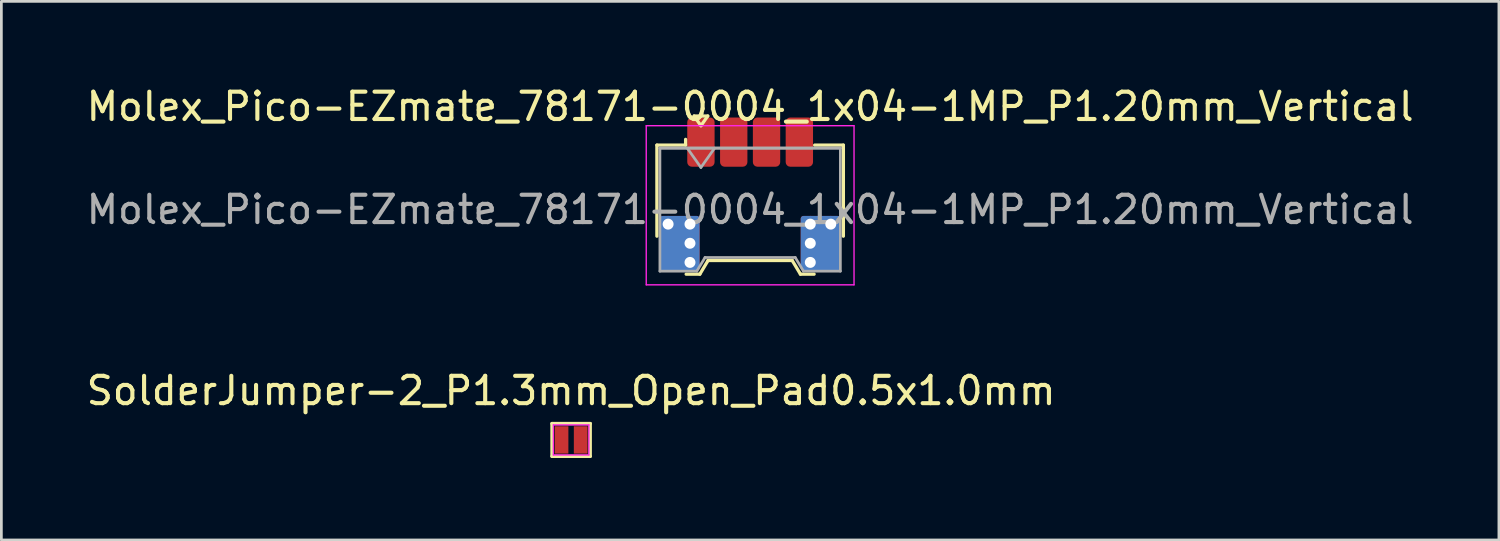
<source format=kicad_pcb>
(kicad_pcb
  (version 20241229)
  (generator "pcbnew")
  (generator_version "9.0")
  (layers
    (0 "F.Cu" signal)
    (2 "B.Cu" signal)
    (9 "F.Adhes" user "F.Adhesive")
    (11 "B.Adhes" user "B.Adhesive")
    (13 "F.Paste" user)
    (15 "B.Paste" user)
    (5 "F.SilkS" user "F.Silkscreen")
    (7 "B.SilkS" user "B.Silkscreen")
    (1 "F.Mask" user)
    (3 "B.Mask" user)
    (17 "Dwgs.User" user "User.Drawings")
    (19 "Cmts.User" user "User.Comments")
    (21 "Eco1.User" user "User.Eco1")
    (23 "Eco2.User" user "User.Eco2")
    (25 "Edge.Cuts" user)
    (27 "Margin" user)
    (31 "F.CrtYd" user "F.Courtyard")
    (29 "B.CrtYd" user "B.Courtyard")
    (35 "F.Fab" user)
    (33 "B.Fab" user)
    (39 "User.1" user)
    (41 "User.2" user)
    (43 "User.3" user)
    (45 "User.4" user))
  (footprint "Molex_Pico-EZmate_78171-0004_1x04-1MP_P1.20mm_Vertical"
    (layer "F.Cu")
    (at 24.387 4.348)
    (property "Reference" "Molex_Pico-EZmate_78171-0004_1x04-1MP_P1.20mm_Vertical" (at 0 -3.5 0) (layer "F.SilkS") (effects (font (size 1 1) (thickness 0.15))))
    (attr smd)
    (fp_line (start -3.41 -2.09) (end -2.36 -2.09) (stroke (width 0.12) (type solid)) (layer "F.SilkS"))
    (fp_line (start -3.41 1.24) (end -3.41 -2.09) (stroke (width 0.12) (type solid)) (layer "F.SilkS"))
    (fp_line (start -2.36 -2.09) (end -2.36 -2.3) (stroke (width 0.12) (type solid)) (layer "F.SilkS"))
    (fp_line (start -2.34 2.63) (end -1.84 2.63) (stroke (width 0.12) (type solid)) (layer "F.SilkS"))
    (fp_line (start -2.05 -3.154) (end -1.8 -2.8) (stroke (width 0.12) (type solid)) (layer "F.SilkS"))
    (fp_line (start -1.84 2.63) (end -1.54 2.13) (stroke (width 0.12) (type solid)) (layer "F.SilkS"))
    (fp_line (start -1.8 -2.8) (end -1.55 -3.154) (stroke (width 0.12) (type solid)) (layer "F.SilkS"))
    (fp_line (start -1.55 -3.154) (end -2.05 -3.154) (stroke (width 0.12) (type solid)) (layer "F.SilkS"))
    (fp_line (start -1.54 2.13) (end 1.54 2.13) (stroke (width 0.12) (type solid)) (layer "F.SilkS"))
    (fp_line (start 1.54 2.13) (end 1.84 2.63) (stroke (width 0.12) (type solid)) (layer "F.SilkS"))
    (fp_line (start 1.84 2.63) (end 2.34 2.63) (stroke (width 0.12) (type solid)) (layer "F.SilkS"))
    (fp_line (start 3.41 -2.09) (end 2.36 -2.09) (stroke (width 0.12) (type solid)) (layer "F.SilkS"))
    (fp_line (start 3.41 1.24) (end 3.41 -2.09) (stroke (width 0.12) (type solid)) (layer "F.SilkS"))
    (fp_line (start -3.8 -2.8) (end -3.8 3.02) (stroke (width 0.05) (type solid)) (layer "F.CrtYd"))
    (fp_line (start -3.8 3.02) (end 3.8 3.02) (stroke (width 0.05) (type solid)) (layer "F.CrtYd"))
    (fp_line (start 3.8 -2.8) (end -3.8 -2.8) (stroke (width 0.05) (type solid)) (layer "F.CrtYd"))
    (fp_line (start 3.8 3.02) (end 3.8 -2.8) (stroke (width 0.05) (type solid)) (layer "F.CrtYd"))
    (fp_line (start -3.3 -1.98) (end -3.3 2.52) (stroke (width 0.1) (type solid)) (layer "F.Fab"))
    (fp_line (start -3.3 -1.98) (end 3.3 -1.98) (stroke (width 0.1) (type solid)) (layer "F.Fab"))
    (fp_line (start -3.3 -1.98) (end 3.3 -1.98) (stroke (width 0.1) (type solid)) (layer "F.Fab"))
    (fp_line (start -3.3 2.52) (end -1.95 2.52) (stroke (width 0.1) (type solid)) (layer "F.Fab"))
    (fp_line (start -2.3 -1.98) (end -1.8 -1.273) (stroke (width 0.1) (type solid)) (layer "F.Fab"))
    (fp_line (start -1.95 2.52) (end -1.65 2.02) (stroke (width 0.1) (type solid)) (layer "F.Fab"))
    (fp_line (start -1.8 -1.273) (end -1.3 -1.98) (stroke (width 0.1) (type solid)) (layer "F.Fab"))
    (fp_line (start -1.65 2.02) (end 1.65 2.02) (stroke (width 0.1) (type solid)) (layer "F.Fab"))
    (fp_line (start 1.65 2.02) (end 1.95 2.52) (stroke (width 0.1) (type solid)) (layer "F.Fab"))
    (fp_line (start 1.95 2.52) (end 3.3 2.52) (stroke (width 0.1) (type solid)) (layer "F.Fab"))
    (fp_line (start 3.3 -1.98) (end 3.3 2.52) (stroke (width 0.1) (type solid)) (layer "F.Fab"))
    (fp_text user "${REFERENCE}" (at 0 0.27 0) (layer "F.Fab") (effects (font (size 1 1) (thickness 0.15))))
    (pad "" smd roundrect (at -2.95 2) (size 0.7 1) (layers "F.Mask" "F.Paste") (roundrect_rratio 0.143))
    (pad "" smd roundrect (at -1.8 -2) (size 0.75 1.2) (layers "F.Mask" "F.Paste") (roundrect_rratio 0.167))
    (pad "" smd roundrect (at -0.6 -2) (size 0.75 1.2) (layers "F.Mask" "F.Paste") (roundrect_rratio 0.167))
    (pad "" smd roundrect (at 0.6 -2) (size 0.75 1.2) (layers "F.Mask" "F.Paste") (roundrect_rratio 0.167))
    (pad "" smd roundrect (at 1.8 -2) (size 0.75 1.2) (layers "F.Mask" "F.Paste") (roundrect_rratio 0.167))
    (pad "" smd roundrect (at 2.95 2) (size 0.7 1) (layers "F.Mask" "F.Paste") (roundrect_rratio 0.143))
    (pad "1" smd roundrect (at -1.8 -2.2) (size 1 1.8) (layers "F.Cu") (roundrect_rratio 0.167))
    (pad "2" smd roundrect (at -0.6 -2.2) (size 1 1.8) (layers "F.Cu") (roundrect_rratio 0.167))
    (pad "3" smd roundrect (at 0.6 -2.2) (size 1 1.8) (layers "F.Cu") (roundrect_rratio 0.167))
    (pad "4" smd roundrect (at 1.8 -2.2) (size 1 1.8) (layers "F.Cu") (roundrect_rratio 0.167))
    (pad "MP" thru_hole circle (at -3 0.8) (size 0.6 0.6) (drill 0.4) (layers "*.Cu"))
    (pad "MP" smd roundrect (at -2.575 1.5) (size 1.45 2) (layers "F.Cu") (roundrect_rratio 0.069))
    (pad "MP" smd roundrect (at -2.575 1.5) (size 1.45 2) (layers "B.Cu") (roundrect_rratio 0.069))
    (pad "MP" thru_hole circle (at -2.2 0.8) (size 0.6 0.6) (drill 0.4) (layers "*.Cu"))
    (pad "MP" thru_hole circle (at -2.2 1.5) (size 0.6 0.6) (drill 0.4) (layers "*.Cu"))
    (pad "MP" thru_hole circle (at -2.2 2.2) (size 0.6 0.6) (drill 0.4) (layers "*.Cu"))
    (pad "MP" thru_hole circle (at 2.2 0.8) (size 0.6 0.6) (drill 0.4) (layers "*.Cu"))
    (pad "MP" thru_hole circle (at 2.2 1.5) (size 0.6 0.6) (drill 0.4) (layers "*.Cu"))
    (pad "MP" thru_hole circle (at 2.2 2.2) (size 0.6 0.6) (drill 0.4) (layers "*.Cu"))
    (pad "MP" smd roundrect (at 2.575 1.5) (size 1.45 2) (layers "F.Cu") (roundrect_rratio 0.069))
    (pad "MP" smd roundrect (at 2.575 1.5) (size 1.45 2) (layers "B.Cu") (roundrect_rratio 0.069))
    (pad "MP" thru_hole circle (at 2.95 0.8) (size 0.6 0.6) (drill 0.4) (layers "*.Cu")))
  (footprint "SolderJumper-2_P1.3mm_Open_Pad0.5x1.0mm"
    (layer "F.Cu")
    (at 17.839 13.041)
    (property "Reference" "SolderJumper-2_P1.3mm_Open_Pad0.5x1.0mm" (at 0 -1.8 0) (layer "F.SilkS") (effects (font (size 1 1) (thickness 0.15))))
    (attr exclude_from_pos_files exclude_from_bom)
    (fp_line (start -0.7 -0.6) (end 0.7 -0.6) (stroke (width 0.12) (type solid)) (layer "F.SilkS"))
    (fp_line (start -0.7 0.6) (end -0.7 -0.6) (stroke (width 0.12) (type solid)) (layer "F.SilkS"))
    (fp_line (start 0.7 0.6) (end -0.7 0.6) (stroke (width 0.12) (type solid)) (layer "F.SilkS"))
    (fp_line (start 0.7 0.6) (end 0.7 -0.6) (stroke (width 0.12) (type solid)) (layer "F.SilkS"))
    (fp_line (start -0.65 -0.55) (end 0.65 -0.55) (stroke (width 0.05) (type solid)) (layer "F.CrtYd"))
    (fp_line (start -0.65 0.55) (end -0.65 -0.55) (stroke (width 0.05) (type solid)) (layer "F.CrtYd"))
    (fp_line (start -0.65 0.55) (end 0.65 0.55) (stroke (width 0.05) (type solid)) (layer "F.CrtYd"))
    (fp_line (start 0.65 0.55) (end 0.65 -0.55) (stroke (width 0.05) (type solid)) (layer "F.CrtYd"))
    (pad "1" smd rect (at -0.35 0) (size 0.5 1) (layers "F.Cu" "F.Mask"))
    (pad "2" smd rect (at 0.35 0) (size 0.5 1) (layers "F.Cu" "F.Mask")))
  (gr_rect
    (start -3 -3)
    (end 51.774 16.701)
    (stroke (width 0.1) (type default))
    (fill no)
    (layer "Edge.Cuts")))
</source>
